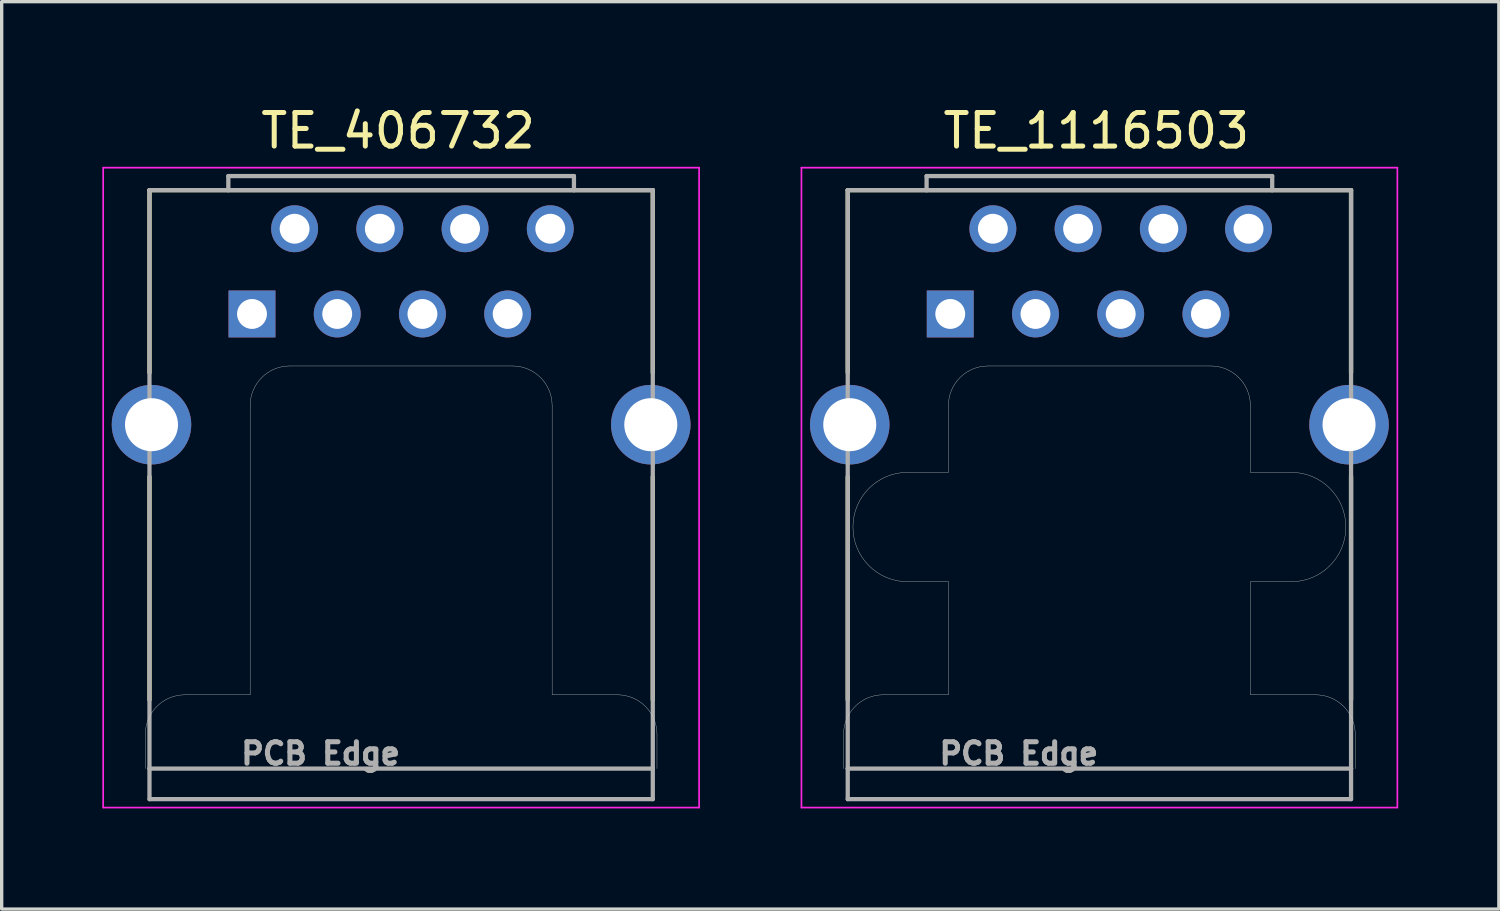
<source format=kicad_pcb>
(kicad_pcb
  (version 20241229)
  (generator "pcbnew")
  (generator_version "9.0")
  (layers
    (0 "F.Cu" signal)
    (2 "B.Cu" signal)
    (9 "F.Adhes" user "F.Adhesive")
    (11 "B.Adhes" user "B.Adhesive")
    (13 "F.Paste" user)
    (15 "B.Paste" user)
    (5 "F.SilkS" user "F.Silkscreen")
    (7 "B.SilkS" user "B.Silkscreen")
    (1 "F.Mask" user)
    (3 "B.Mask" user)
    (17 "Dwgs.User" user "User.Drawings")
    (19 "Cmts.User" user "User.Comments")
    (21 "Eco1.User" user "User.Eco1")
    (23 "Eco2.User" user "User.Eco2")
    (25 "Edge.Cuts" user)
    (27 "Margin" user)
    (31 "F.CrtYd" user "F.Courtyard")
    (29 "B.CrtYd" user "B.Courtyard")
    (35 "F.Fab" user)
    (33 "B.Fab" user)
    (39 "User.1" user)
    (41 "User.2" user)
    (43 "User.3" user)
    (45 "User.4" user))
  (footprint "TE_1116503"
    (layer "F.Cu")
    (at 25.27 6.307)
    (property "Reference" "TE_1116503" (at 4.353 -5.459 0) (layer "F.SilkS") (effects (font (size 1 1) (thickness 0.15))))
    (attr through_hole)
    (fp_line (start -3.055 -3.69) (end 11.945 -3.69) (stroke (width 0.127) (type solid)) (layer "F.SilkS"))
    (fp_line (start -3.055 1.75) (end -3.055 -3.69) (stroke (width 0.127) (type solid)) (layer "F.SilkS"))
    (fp_line (start -3.055 11.5) (end -3.055 4.85) (stroke (width 0.127) (type solid)) (layer "F.SilkS"))
    (fp_line (start 11.945 -3.69) (end 11.945 1.75) (stroke (width 0.127) (type solid)) (layer "F.SilkS"))
    (fp_line (start 11.945 11.5) (end 11.945 4.85) (stroke (width 0.127) (type solid)) (layer "F.SilkS"))
    (fp_line (start -3.18 13.55) (end -3.18 12.53) (stroke (width 0.01) (type solid)) (layer "Edge.Cuts"))
    (fp_line (start -2 11.35) (end -0.055 11.35) (stroke (width 0.01) (type solid)) (layer "Edge.Cuts"))
    (fp_line (start -0.055 2.73) (end -0.055 4.72) (stroke (width 0.01) (type solid)) (layer "Edge.Cuts"))
    (fp_line (start -0.055 4.72) (end -1.27 4.72) (stroke (width 0.01) (type solid)) (layer "Edge.Cuts"))
    (fp_line (start -0.055 7.98) (end -1.27 7.98) (stroke (width 0.01) (type solid)) (layer "Edge.Cuts"))
    (fp_line (start -0.055 7.98) (end -0.055 11.35) (stroke (width 0.01) (type solid)) (layer "Edge.Cuts"))
    (fp_line (start 1.125 1.55) (end 7.765 1.55) (stroke (width 0.01) (type solid)) (layer "Edge.Cuts"))
    (fp_line (start 8.945 2.73) (end 8.945 4.72) (stroke (width 0.01) (type solid)) (layer "Edge.Cuts"))
    (fp_line (start 8.945 4.72) (end 10.16 4.72) (stroke (width 0.01) (type solid)) (layer "Edge.Cuts"))
    (fp_line (start 8.945 7.98) (end 8.945 11.35) (stroke (width 0.01) (type solid)) (layer "Edge.Cuts"))
    (fp_line (start 8.945 7.98) (end 10.16 7.98) (stroke (width 0.01) (type solid)) (layer "Edge.Cuts"))
    (fp_line (start 8.945 11.35) (end 10.89 11.35) (stroke (width 0.01) (type solid)) (layer "Edge.Cuts"))
    (fp_line (start 12.07 13.55) (end 12.07 12.53) (stroke (width 0.01) (type solid)) (layer "Edge.Cuts"))
    (fp_arc (start -3.18 12.53) (mid -2.834386 11.695614) (end -2 11.35) (stroke (width 0.01) (type solid)) (layer "Edge.Cuts"))
    (fp_arc (start -1.27 7.98) (mid -2.9 6.35) (end -1.27 4.72) (stroke (width 0.01) (type solid)) (layer "Edge.Cuts"))
    (fp_arc (start -0.055 2.73) (mid 0.290614 1.895614) (end 1.125 1.55) (stroke (width 0.01) (type solid)) (layer "Edge.Cuts"))
    (fp_arc (start 7.765 1.55) (mid 8.599386 1.895614) (end 8.945 2.73) (stroke (width 0.01) (type solid)) (layer "Edge.Cuts"))
    (fp_arc (start 10.16 4.72) (mid 11.79 6.35) (end 10.16 7.98) (stroke (width 0.01) (type solid)) (layer "Edge.Cuts"))
    (fp_arc (start 10.89 11.35) (mid 11.724386 11.695614) (end 12.07 12.53) (stroke (width 0.01) (type solid)) (layer "Edge.Cuts"))
    (fp_line (start -4.435 -4.36) (end 13.325 -4.36) (stroke (width 0.05) (type solid)) (layer "F.CrtYd"))
    (fp_line (start -4.435 14.71) (end -4.435 -4.36) (stroke (width 0.05) (type solid)) (layer "F.CrtYd"))
    (fp_line (start 13.325 -4.36) (end 13.325 14.71) (stroke (width 0.05) (type solid)) (layer "F.CrtYd"))
    (fp_line (start 13.325 14.71) (end -4.435 14.71) (stroke (width 0.05) (type solid)) (layer "F.CrtYd"))
    (fp_line (start -3.055 -3.69) (end -0.705 -3.69) (stroke (width 0.127) (type solid)) (layer "F.Fab"))
    (fp_line (start -3.055 13.55) (end -3.055 -3.69) (stroke (width 0.127) (type solid)) (layer "F.Fab"))
    (fp_line (start -3.055 14.46) (end -3.055 13.55) (stroke (width 0.127) (type solid)) (layer "F.Fab"))
    (fp_line (start -0.705 -4.11) (end 9.595 -4.11) (stroke (width 0.127) (type solid)) (layer "F.Fab"))
    (fp_line (start -0.705 -3.69) (end -0.705 -4.11) (stroke (width 0.127) (type solid)) (layer "F.Fab"))
    (fp_line (start -0.705 -3.69) (end 9.595 -3.69) (stroke (width 0.127) (type solid)) (layer "F.Fab"))
    (fp_line (start 9.595 -4.11) (end 9.595 -3.69) (stroke (width 0.127) (type solid)) (layer "F.Fab"))
    (fp_line (start 9.595 -3.69) (end 11.945 -3.69) (stroke (width 0.127) (type solid)) (layer "F.Fab"))
    (fp_line (start 11.945 -3.69) (end 11.945 13.55) (stroke (width 0.127) (type solid)) (layer "F.Fab"))
    (fp_line (start 11.945 13.55) (end -3.055 13.55) (stroke (width 0.127) (type solid)) (layer "F.Fab"))
    (fp_line (start 11.945 13.55) (end 11.945 14.46) (stroke (width 0.127) (type solid)) (layer "F.Fab"))
    (fp_line (start 11.945 14.46) (end -3.055 14.46) (stroke (width 0.127) (type solid)) (layer "F.Fab"))
    (fp_text user "PCB Edge" (at 2.045 13.1 0) (layer "F.Fab") (effects (font (size 0.64 0.64) (thickness 0.15))))
    (pad "1" thru_hole rect (at 0 0) (size 1.398 1.398) (drill 0.89) (layers "*.Cu" "*.Mask"))
    (pad "2" thru_hole circle (at 1.27 -2.54) (size 1.398 1.398) (drill 0.89) (layers "*.Cu" "*.Mask"))
    (pad "3" thru_hole circle (at 2.54 0) (size 1.398 1.398) (drill 0.89) (layers "*.Cu" "*.Mask"))
    (pad "4" thru_hole circle (at 3.81 -2.54) (size 1.398 1.398) (drill 0.89) (layers "*.Cu" "*.Mask"))
    (pad "5" thru_hole circle (at 5.08 0) (size 1.398 1.398) (drill 0.89) (layers "*.Cu" "*.Mask"))
    (pad "6" thru_hole circle (at 6.35 -2.54) (size 1.398 1.398) (drill 0.89) (layers "*.Cu" "*.Mask"))
    (pad "7" thru_hole circle (at 7.62 0) (size 1.398 1.398) (drill 0.89) (layers "*.Cu" "*.Mask"))
    (pad "8" thru_hole circle (at 8.89 -2.54) (size 1.398 1.398) (drill 0.89) (layers "*.Cu" "*.Mask"))
    (pad "SH" thru_hole circle (at -2.995 3.3) (size 2.37 2.37) (drill 1.58) (layers "*.Cu" "*.Mask"))
    (pad "SH" thru_hole circle (at 11.885 3.3) (size 2.37 2.37) (drill 1.58) (layers "*.Cu" "*.Mask")))
  (footprint "TE_406732"
    (layer "F.Cu")
    (at 4.46 6.307)
    (property "Reference" "TE_406732" (at 4.353 -5.459 0) (layer "F.SilkS") (effects (font (size 1 1) (thickness 0.15))))
    (attr through_hole)
    (fp_line (start -3.055 -3.69) (end 11.945 -3.69) (stroke (width 0.127) (type solid)) (layer "F.SilkS"))
    (fp_line (start -3.055 1.75) (end -3.055 -3.69) (stroke (width 0.127) (type solid)) (layer "F.SilkS"))
    (fp_line (start -3.055 11.5) (end -3.055 4.85) (stroke (width 0.127) (type solid)) (layer "F.SilkS"))
    (fp_line (start 11.945 -3.69) (end 11.945 1.75) (stroke (width 0.127) (type solid)) (layer "F.SilkS"))
    (fp_line (start 11.945 11.5) (end 11.945 4.85) (stroke (width 0.127) (type solid)) (layer "F.SilkS"))
    (fp_line (start -3.18 13.55) (end -3.18 12.53) (stroke (width 0.01) (type solid)) (layer "Edge.Cuts"))
    (fp_line (start -2 11.35) (end -0.055 11.35) (stroke (width 0.01) (type solid)) (layer "Edge.Cuts"))
    (fp_line (start -0.055 11.35) (end -0.055 2.73) (stroke (width 0.01) (type solid)) (layer "Edge.Cuts"))
    (fp_line (start 1.125 1.55) (end 7.765 1.55) (stroke (width 0.01) (type solid)) (layer "Edge.Cuts"))
    (fp_line (start 8.945 2.73) (end 8.945 11.35) (stroke (width 0.01) (type solid)) (layer "Edge.Cuts"))
    (fp_line (start 10.89 11.35) (end 8.945 11.35) (stroke (width 0.01) (type solid)) (layer "Edge.Cuts"))
    (fp_line (start 12.07 13.55) (end 12.07 12.53) (stroke (width 0.01) (type solid)) (layer "Edge.Cuts"))
    (fp_arc (start -3.18 12.53) (mid -2.834386 11.695614) (end -2 11.35) (stroke (width 0.01) (type solid)) (layer "Edge.Cuts"))
    (fp_arc (start -0.055 2.73) (mid 0.290614 1.895614) (end 1.125 1.55) (stroke (width 0.01) (type solid)) (layer "Edge.Cuts"))
    (fp_arc (start 7.765 1.55) (mid 8.599386 1.895614) (end 8.945 2.73) (stroke (width 0.01) (type solid)) (layer "Edge.Cuts"))
    (fp_arc (start 10.89 11.35) (mid 11.724386 11.695614) (end 12.07 12.53) (stroke (width 0.01) (type solid)) (layer "Edge.Cuts"))
    (fp_line (start -4.435 -4.36) (end 13.325 -4.36) (stroke (width 0.05) (type solid)) (layer "F.CrtYd"))
    (fp_line (start -4.435 14.71) (end -4.435 -4.36) (stroke (width 0.05) (type solid)) (layer "F.CrtYd"))
    (fp_line (start 13.325 -4.36) (end 13.325 14.71) (stroke (width 0.05) (type solid)) (layer "F.CrtYd"))
    (fp_line (start 13.325 14.71) (end -4.435 14.71) (stroke (width 0.05) (type solid)) (layer "F.CrtYd"))
    (fp_line (start -3.055 -3.69) (end -0.705 -3.69) (stroke (width 0.127) (type solid)) (layer "F.Fab"))
    (fp_line (start -3.055 13.55) (end -3.055 -3.69) (stroke (width 0.127) (type solid)) (layer "F.Fab"))
    (fp_line (start -3.055 14.46) (end -3.055 13.55) (stroke (width 0.127) (type solid)) (layer "F.Fab"))
    (fp_line (start -0.705 -4.11) (end 9.595 -4.11) (stroke (width 0.127) (type solid)) (layer "F.Fab"))
    (fp_line (start -0.705 -3.69) (end -0.705 -4.11) (stroke (width 0.127) (type solid)) (layer "F.Fab"))
    (fp_line (start -0.705 -3.69) (end 9.595 -3.69) (stroke (width 0.127) (type solid)) (layer "F.Fab"))
    (fp_line (start 9.595 -4.11) (end 9.595 -3.69) (stroke (width 0.127) (type solid)) (layer "F.Fab"))
    (fp_line (start 9.595 -3.69) (end 11.945 -3.69) (stroke (width 0.127) (type solid)) (layer "F.Fab"))
    (fp_line (start 11.945 -3.69) (end 11.945 13.55) (stroke (width 0.127) (type solid)) (layer "F.Fab"))
    (fp_line (start 11.945 13.55) (end -3.055 13.55) (stroke (width 0.127) (type solid)) (layer "F.Fab"))
    (fp_line (start 11.945 13.55) (end 11.945 14.46) (stroke (width 0.127) (type solid)) (layer "F.Fab"))
    (fp_line (start 11.945 14.46) (end -3.055 14.46) (stroke (width 0.127) (type solid)) (layer "F.Fab"))
    (fp_text user "PCB Edge" (at 2.045 13.1 0) (layer "F.Fab") (effects (font (size 0.64 0.64) (thickness 0.15))))
    (pad "1" thru_hole rect (at 0 0) (size 1.398 1.398) (drill 0.89) (layers "*.Cu" "*.Mask"))
    (pad "2" thru_hole circle (at 1.27 -2.54) (size 1.398 1.398) (drill 0.89) (layers "*.Cu" "*.Mask"))
    (pad "3" thru_hole circle (at 2.54 0) (size 1.398 1.398) (drill 0.89) (layers "*.Cu" "*.Mask"))
    (pad "4" thru_hole circle (at 3.81 -2.54) (size 1.398 1.398) (drill 0.89) (layers "*.Cu" "*.Mask"))
    (pad "5" thru_hole circle (at 5.08 0) (size 1.398 1.398) (drill 0.89) (layers "*.Cu" "*.Mask"))
    (pad "6" thru_hole circle (at 6.35 -2.54) (size 1.398 1.398) (drill 0.89) (layers "*.Cu" "*.Mask"))
    (pad "7" thru_hole circle (at 7.62 0) (size 1.398 1.398) (drill 0.89) (layers "*.Cu" "*.Mask"))
    (pad "8" thru_hole circle (at 8.89 -2.54) (size 1.398 1.398) (drill 0.89) (layers "*.Cu" "*.Mask"))
    (pad "SH" thru_hole circle (at -2.995 3.3) (size 2.37 2.37) (drill 1.58) (layers "*.Cu" "*.Mask"))
    (pad "SH" thru_hole circle (at 11.885 3.3) (size 2.37 2.37) (drill 1.58) (layers "*.Cu" "*.Mask")))
  (gr_rect
    (start -3 -3)
    (end 41.62 24.042)
    (stroke (width 0.1) (type default))
    (fill no)
    (layer "Edge.Cuts")))
</source>
